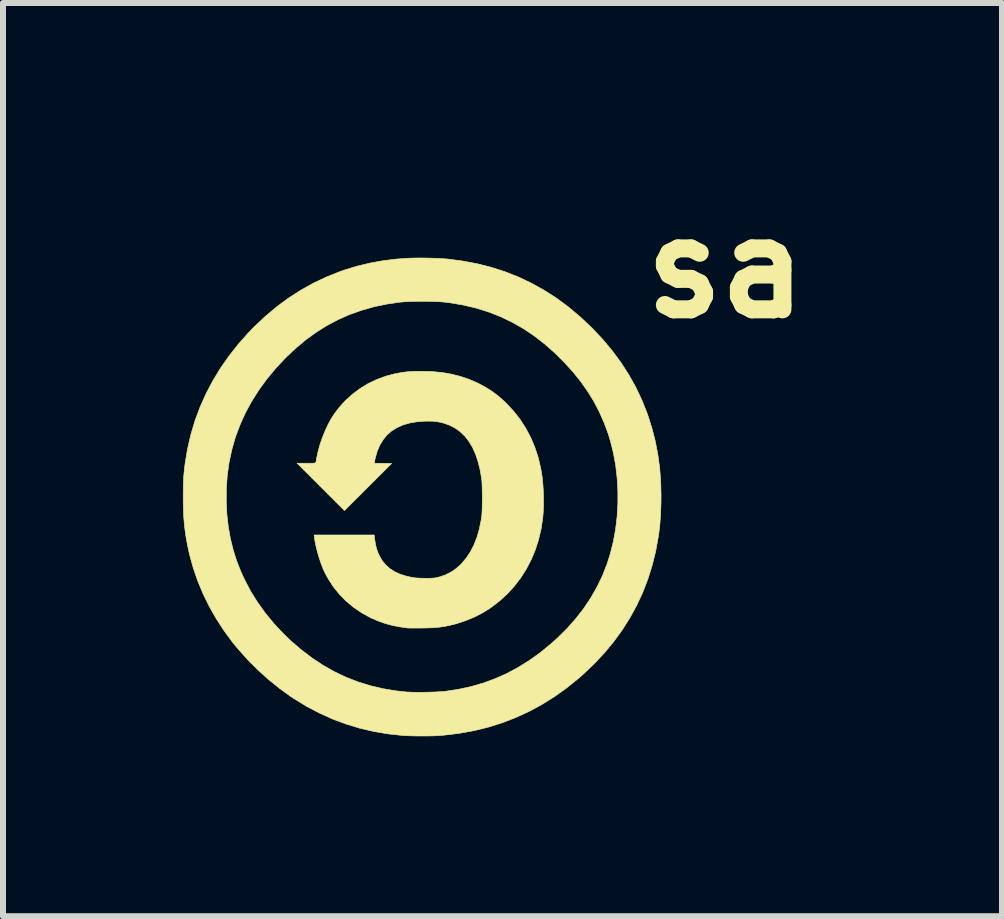
<source format=kicad_pcb>
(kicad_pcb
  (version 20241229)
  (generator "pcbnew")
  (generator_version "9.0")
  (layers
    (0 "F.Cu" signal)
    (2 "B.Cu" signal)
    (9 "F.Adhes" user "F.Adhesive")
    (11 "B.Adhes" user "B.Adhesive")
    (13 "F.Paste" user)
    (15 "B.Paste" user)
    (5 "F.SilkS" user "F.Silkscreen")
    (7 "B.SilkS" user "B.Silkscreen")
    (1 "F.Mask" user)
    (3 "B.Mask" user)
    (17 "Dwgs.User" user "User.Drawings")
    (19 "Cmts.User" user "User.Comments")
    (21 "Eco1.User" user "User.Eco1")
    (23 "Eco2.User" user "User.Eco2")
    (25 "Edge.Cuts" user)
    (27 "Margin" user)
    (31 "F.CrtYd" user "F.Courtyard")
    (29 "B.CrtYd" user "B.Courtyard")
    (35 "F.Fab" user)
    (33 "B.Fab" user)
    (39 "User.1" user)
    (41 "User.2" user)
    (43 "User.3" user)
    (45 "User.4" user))
  (footprint "sa"
    (layer "F.Cu")
    (at 3.971 5.228)
    (property "Reference" "sa" (at 5.08 -3.81 0) (layer "F.SilkS") (effects (font (size 1.524 1.524) (thickness 0.3))))
    (attr through_hole)
    (fp_poly (pts (xy 0.187 -2.083) (xy 0.352 -2.067) (xy 0.508 -2.04) (xy 0.657 -2.002) (xy 0.801 -1.953) (xy 0.941 -1.892) (xy 0.95 -1.888) (xy 1.07 -1.824) (xy 1.18 -1.755) (xy 1.284 -1.677) (xy 1.385 -1.588) (xy 1.425 -1.549) (xy 1.545 -1.42) (xy 1.653 -1.281) (xy 1.748 -1.133) (xy 1.83 -0.977) (xy 1.898 -0.814) (xy 1.954 -0.643) (xy 1.995 -0.465) (xy 2.016 -0.338) (xy 2.028 -0.229) (xy 2.036 -0.113) (xy 2.04 0.008) (xy 2.041 0.127) (xy 2.037 0.241) (xy 2.029 0.344) (xy 2.028 0.352) (xy 2.001 0.536) (xy 1.959 0.715) (xy 1.905 0.886) (xy 1.837 1.049) (xy 1.756 1.205) (xy 1.663 1.352) (xy 1.557 1.491) (xy 1.44 1.62) (xy 1.31 1.739) (xy 1.169 1.847) (xy 1.135 1.871) (xy 1.016 1.944) (xy 0.886 2.01) (xy 0.748 2.067) (xy 0.607 2.114) (xy 0.55 2.13) (xy 0.477 2.148) (xy 0.409 2.162) (xy 0.343 2.173) (xy 0.275 2.181) (xy 0.202 2.187) (xy 0.121 2.19) (xy 0.028 2.192) (xy 0.016 2.192) (xy -0.042 2.193) (xy -0.096 2.193) (xy -0.144 2.193) (xy -0.183 2.193) (xy -0.212 2.192) (xy -0.227 2.191) (xy -0.227 2.191) (xy -0.363 2.172) (xy -0.487 2.147) (xy -0.604 2.115) (xy -0.716 2.075) (xy -0.827 2.027) (xy -0.856 2.013) (xy -0.997 1.935) (xy -1.129 1.845) (xy -1.25 1.744) (xy -1.36 1.632) (xy -1.459 1.51) (xy -1.546 1.377) (xy -1.598 1.282) (xy -1.634 1.205) (xy -1.668 1.117) (xy -1.7 1.021) (xy -1.729 0.923) (xy -1.753 0.827) (xy -1.771 0.737) (xy -1.778 0.686) (xy -1.784 0.641) (xy -0.783 0.641) (xy -0.774 0.716) (xy -0.761 0.796) (xy -0.744 0.867) (xy -0.721 0.933) (xy -0.695 0.99) (xy -0.648 1.071) (xy -0.59 1.141) (xy -0.522 1.202) (xy -0.442 1.253) (xy -0.351 1.295) (xy -0.248 1.327) (xy -0.164 1.346) (xy -0.125 1.353) (xy -0.088 1.357) (xy -0.048 1.36) (xy -0.001 1.362) (xy 0.056 1.363) (xy 0.074 1.363) (xy 0.128 1.363) (xy 0.169 1.362) (xy 0.202 1.36) (xy 0.228 1.358) (xy 0.253 1.353) (xy 0.279 1.347) (xy 0.301 1.342) (xy 0.402 1.308) (xy 0.495 1.262) (xy 0.58 1.204) (xy 0.661 1.132) (xy 0.675 1.117) (xy 0.754 1.024) (xy 0.823 0.92) (xy 0.881 0.806) (xy 0.931 0.68) (xy 0.97 0.543) (xy 1.001 0.393) (xy 1.009 0.336) (xy 1.013 0.302) (xy 1.016 0.256) (xy 1.018 0.199) (xy 1.019 0.135) (xy 1.02 0.067) (xy 1.02 -0.004) (xy 1.019 -0.073) (xy 1.018 -0.138) (xy 1.016 -0.197) (xy 1.014 -0.246) (xy 1.01 -0.284) (xy 1.01 -0.289) (xy 0.984 -0.441) (xy 0.95 -0.58) (xy 0.908 -0.706) (xy 0.857 -0.819) (xy 0.797 -0.919) (xy 0.729 -1.006) (xy 0.652 -1.08) (xy 0.566 -1.142) (xy 0.472 -1.19) (xy 0.381 -1.222) (xy 0.317 -1.239) (xy 0.254 -1.25) (xy 0.188 -1.256) (xy 0.114 -1.257) (xy 0.051 -1.256) (xy -0.08 -1.245) (xy -0.199 -1.224) (xy -0.308 -1.191) (xy -0.405 -1.147) (xy -0.492 -1.093) (xy -0.568 -1.027) (xy -0.632 -0.949) (xy -0.687 -0.861) (xy -0.73 -0.761) (xy -0.763 -0.65) (xy -0.777 -0.584) (xy -0.782 -0.555) (xy -0.637 -0.553) (xy -0.492 -0.551) (xy -1.278 0.234) (xy -2.067 -0.555) (xy -1.913 -0.555) (xy -1.86 -0.555) (xy -1.821 -0.555) (xy -1.793 -0.556) (xy -1.775 -0.558) (xy -1.764 -0.561) (xy -1.758 -0.564) (xy -1.755 -0.569) (xy -1.752 -0.583) (xy -1.747 -0.608) (xy -1.743 -0.633) (xy -1.719 -0.746) (xy -1.687 -0.863) (xy -1.647 -0.98) (xy -1.601 -1.094) (xy -1.551 -1.202) (xy -1.497 -1.3) (xy -1.462 -1.356) (xy -1.367 -1.484) (xy -1.26 -1.601) (xy -1.143 -1.707) (xy -1.017 -1.801) (xy -0.882 -1.883) (xy -0.74 -1.951) (xy -0.59 -2.006) (xy -0.452 -2.043) (xy -0.373 -2.059) (xy -0.299 -2.071) (xy -0.226 -2.08) (xy -0.149 -2.085) (xy -0.063 -2.088) (xy 0.012 -2.088) (xy 0.187 -2.083)) (stroke (width 0.01) (type solid)) (fill yes) (layer "F.SilkS"))
    (fp_poly (pts (xy 0.077 -3.976) (xy 0.171 -3.974) (xy 0.262 -3.971) (xy 0.347 -3.966) (xy 0.421 -3.961) (xy 0.445 -3.959) (xy 0.696 -3.926) (xy 0.939 -3.88) (xy 1.175 -3.82) (xy 1.404 -3.746) (xy 1.626 -3.658) (xy 1.842 -3.555) (xy 2.051 -3.439) (xy 2.255 -3.308) (xy 2.452 -3.163) (xy 2.643 -3.003) (xy 2.829 -2.829) (xy 2.857 -2.802) (xy 3.03 -2.617) (xy 3.189 -2.427) (xy 3.333 -2.231) (xy 3.463 -2.029) (xy 3.579 -1.822) (xy 3.68 -1.609) (xy 3.767 -1.39) (xy 3.785 -1.339) (xy 3.851 -1.128) (xy 3.905 -0.917) (xy 3.946 -0.703) (xy 3.976 -0.485) (xy 3.994 -0.261) (xy 4 -0.028) (xy 3.999 0.102) (xy 3.995 0.224) (xy 3.99 0.335) (xy 3.982 0.439) (xy 3.972 0.539) (xy 3.959 0.64) (xy 3.954 0.672) (xy 3.91 0.915) (xy 3.851 1.151) (xy 3.779 1.38) (xy 3.693 1.602) (xy 3.593 1.817) (xy 3.479 2.025) (xy 3.351 2.227) (xy 3.209 2.422) (xy 3.053 2.61) (xy 2.882 2.791) (xy 2.698 2.967) (xy 2.622 3.033) (xy 2.425 3.192) (xy 2.222 3.337) (xy 2.012 3.468) (xy 1.797 3.584) (xy 1.575 3.686) (xy 1.347 3.774) (xy 1.113 3.847) (xy 0.874 3.905) (xy 0.629 3.949) (xy 0.378 3.979) (xy 0.291 3.986) (xy 0.232 3.989) (xy 0.163 3.991) (xy 0.085 3.992) (xy 0.004 3.992) (xy -0.077 3.992) (xy -0.155 3.99) (xy -0.225 3.988) (xy -0.285 3.985) (xy -0.293 3.985) (xy -0.54 3.959) (xy -0.781 3.919) (xy -1.018 3.864) (xy -1.249 3.794) (xy -1.475 3.71) (xy -1.696 3.61) (xy -1.912 3.497) (xy -2.122 3.368) (xy -2.178 3.331) (xy -2.364 3.196) (xy -2.547 3.048) (xy -2.723 2.889) (xy -2.891 2.721) (xy -3.048 2.546) (xy -3.143 2.431) (xy -3.285 2.238) (xy -3.415 2.038) (xy -3.532 1.832) (xy -3.636 1.62) (xy -3.726 1.404) (xy -3.801 1.184) (xy -3.862 0.962) (xy -3.865 0.95) (xy -3.892 0.823) (xy -3.915 0.703) (xy -3.933 0.586) (xy -3.947 0.469) (xy -3.957 0.349) (xy -3.963 0.221) (xy -3.966 0.09) (xy -3.249 0.09) (xy -3.238 0.301) (xy -3.215 0.503) (xy -3.181 0.697) (xy -3.135 0.885) (xy -3.077 1.07) (xy -3.005 1.252) (xy -2.945 1.383) (xy -2.845 1.574) (xy -2.73 1.759) (xy -2.601 1.939) (xy -2.459 2.113) (xy -2.304 2.279) (xy -2.177 2.402) (xy -2.001 2.553) (xy -1.822 2.69) (xy -1.638 2.812) (xy -1.449 2.919) (xy -1.254 3.012) (xy -1.054 3.09) (xy -0.848 3.154) (xy -0.635 3.204) (xy -0.416 3.24) (xy -0.238 3.259) (xy -0.193 3.261) (xy -0.135 3.263) (xy -0.068 3.264) (xy 0.006 3.264) (xy 0.082 3.263) (xy 0.158 3.261) (xy 0.231 3.259) (xy 0.297 3.255) (xy 0.354 3.252) (xy 0.399 3.248) (xy 0.618 3.215) (xy 0.83 3.169) (xy 1.035 3.11) (xy 1.234 3.037) (xy 1.428 2.951) (xy 1.616 2.85) (xy 1.801 2.735) (xy 1.982 2.606) (xy 2.159 2.461) (xy 2.266 2.366) (xy 2.428 2.206) (xy 2.575 2.041) (xy 2.708 1.87) (xy 2.827 1.693) (xy 2.932 1.509) (xy 3.024 1.319) (xy 3.101 1.121) (xy 3.154 0.954) (xy 3.204 0.754) (xy 3.242 0.548) (xy 3.267 0.337) (xy 3.28 0.123) (xy 3.28 -0.091) (xy 3.268 -0.305) (xy 3.244 -0.515) (xy 3.207 -0.721) (xy 3.158 -0.919) (xy 3.123 -1.036) (xy 3.053 -1.225) (xy 2.973 -1.406) (xy 2.882 -1.582) (xy 2.778 -1.751) (xy 2.661 -1.917) (xy 2.531 -2.078) (xy 2.386 -2.238) (xy 2.229 -2.394) (xy 2.06 -2.543) (xy 1.886 -2.678) (xy 1.706 -2.799) (xy 1.519 -2.905) (xy 1.326 -2.998) (xy 1.127 -3.076) (xy 0.92 -3.141) (xy 0.705 -3.192) (xy 0.483 -3.23) (xy 0.391 -3.241) (xy 0.331 -3.246) (xy 0.259 -3.25) (xy 0.178 -3.253) (xy 0.091 -3.255) (xy 0.002 -3.255) (xy -0.086 -3.254) (xy -0.17 -3.252) (xy -0.247 -3.249) (xy -0.314 -3.244) (xy -0.348 -3.241) (xy -0.573 -3.208) (xy -0.789 -3.163) (xy -0.996 -3.104) (xy -1.196 -3.033) (xy -1.388 -2.948) (xy -1.574 -2.849) (xy -1.754 -2.736) (xy -1.928 -2.609) (xy -2.097 -2.467) (xy -2.255 -2.318) (xy -2.42 -2.143) (xy -2.569 -1.963) (xy -2.704 -1.779) (xy -2.824 -1.589) (xy -2.929 -1.396) (xy -3.019 -1.197) (xy -3.095 -0.994) (xy -3.155 -0.786) (xy -3.201 -0.573) (xy -3.232 -0.355) (xy -3.247 -0.132) (xy -3.249 0.09) (xy -3.966 0.09) (xy -3.966 0.083) (xy -3.966 0.012) (xy -3.966 -0.077) (xy -3.965 -0.154) (xy -3.964 -0.221) (xy -3.961 -0.281) (xy -3.958 -0.337) (xy -3.953 -0.392) (xy -3.947 -0.45) (xy -3.94 -0.512) (xy -3.934 -0.555) (xy -3.894 -0.796) (xy -3.839 -1.032) (xy -3.77 -1.264) (xy -3.686 -1.49) (xy -3.587 -1.712) (xy -3.474 -1.927) (xy -3.347 -2.137) (xy -3.205 -2.34) (xy -3.05 -2.537) (xy -2.881 -2.728) (xy -2.779 -2.833) (xy -2.594 -3.007) (xy -2.404 -3.166) (xy -2.207 -3.311) (xy -2.004 -3.441) (xy -1.795 -3.558) (xy -1.579 -3.66) (xy -1.357 -3.749) (xy -1.27 -3.779) (xy -1.065 -3.841) (xy -0.857 -3.891) (xy -0.643 -3.93) (xy -0.421 -3.958) (xy -0.258 -3.971) (xy -0.188 -3.974) (xy -0.106 -3.976) (xy -0.017 -3.977) (xy 0.077 -3.976)) (stroke (width 0.01) (type solid)) (fill yes) (layer "F.SilkS")))
  (gr_rect
    (start -3 -3)
    (end 13.655 12.225)
    (stroke (width 0.1) (type default))
    (fill no)
    (layer "Edge.Cuts")))
</source>
